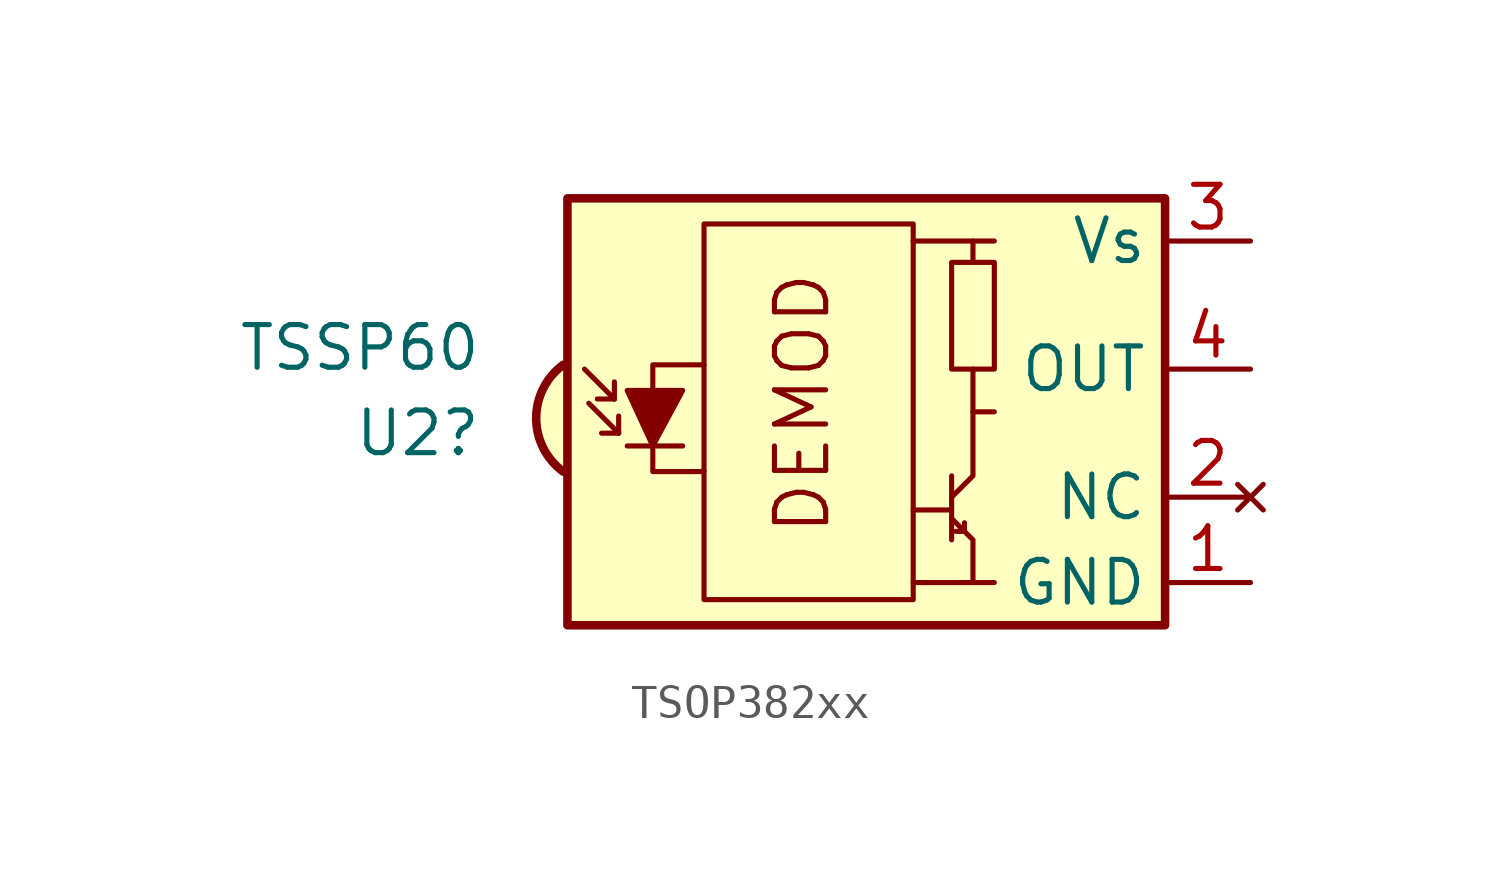
<source format=kicad_sym>
(kicad_symbol_lib
  (version 20220914)
  (generator kicad_symbol_editor)
  (symbol "TSOP382xx"
    (property "Reference" "U2"
      (at -12.7 -0.635 0)
      (effects (font (size 1.27 1.27)) (justify right)))
    (property "Value" "TSSP60"
      (at -12.7 1.905 0)
      (effects (font (size 1.27 1.27)) (justify right)))
    (symbol "TSOP382xx_0_0"
      (arc (start -10.287 1.397) (mid -11.0899 -0.1852) (end -10.287 -1.778) (stroke (width 0.254) (type default)) (fill (type background)))
      (polyline (pts (xy 1.905 -5.08) (xy 0.127 -5.08)) (stroke (width 0) (type default)) (fill (type none)))
      (polyline (pts (xy 1.905 5.08) (xy 0.127 5.08)) (stroke (width 0) (type default)) (fill (type none)))
      (text "DEMOD" (at -3.175 0.254 900) (effects (font (size 1.524 1.524)))))
    (symbol "TSOP382xx_0_1"
      (rectangle (start -10.16 6.35) (end 7.62 -6.35) (stroke (width 0.254) (type default)) (fill (type background)))
      (rectangle (start -6.096 5.588) (end 0.127 -5.588) (stroke (width 0) (type default)) (fill (type none)))
      (polyline (pts (xy -8.763 0.381) (xy -9.652 1.27)) (stroke (width 0) (type default)) (fill (type none)))
      (polyline (pts (xy -8.763 0.381) (xy -9.271 0.381)) (stroke (width 0) (type default)) (fill (type none)))
      (polyline (pts (xy -8.763 0.381) (xy -8.763 0.889)) (stroke (width 0) (type default)) (fill (type none)))
      (polyline (pts (xy -8.636 -0.635) (xy -9.525 0.254)) (stroke (width 0) (type default)) (fill (type none)))
      (polyline (pts (xy -8.636 -0.635) (xy -9.144 -0.635)) (stroke (width 0) (type default)) (fill (type none)))
      (polyline (pts (xy -8.636 -0.635) (xy -8.636 -0.127)) (stroke (width 0) (type default)) (fill (type none)))
      (polyline (pts (xy -8.382 -1.016) (xy -6.731 -1.016)) (stroke (width 0) (type default)) (fill (type none)))
      (polyline (pts (xy 1.27 -2.921) (xy 0.127 -2.921)) (stroke (width 0) (type default)) (fill (type none)))
      (polyline (pts (xy 1.27 -1.905) (xy 1.27 -3.81)) (stroke (width 0) (type default)) (fill (type none)))
      (polyline (pts (xy 1.397 -3.556) (xy 1.524 -3.556)) (stroke (width 0) (type default)) (fill (type none)))
      (polyline (pts (xy 1.651 -3.556) (xy 1.524 -3.556)) (stroke (width 0) (type default)) (fill (type none)))
      (polyline (pts (xy 1.651 -3.556) (xy 1.651 -3.302)) (stroke (width 0) (type default)) (fill (type none)))
      (polyline (pts (xy 1.905 0) (xy 1.905 1.27)) (stroke (width 0) (type default)) (fill (type none)))
      (polyline (pts (xy 1.905 4.445) (xy 1.905 5.08) (xy 2.54 5.08)) (stroke (width 0) (type default)) (fill (type none)))
      (polyline (pts (xy -8.382 0.635) (xy -6.731 0.635) (xy -7.62 -1.016) (xy -8.382 0.635)) (stroke (width 0) (type default)) (fill (type outline)))
      (polyline (pts (xy -6.096 1.397) (xy -7.62 1.397) (xy -7.62 -1.778) (xy -6.096 -1.778)) (stroke (width 0) (type default)) (fill (type none)))
      (polyline (pts (xy 1.27 -3.175) (xy 1.905 -3.81) (xy 1.905 -5.08) (xy 2.54 -5.08)) (stroke (width 0) (type default)) (fill (type none)))
      (polyline (pts (xy 1.27 -2.54) (xy 1.905 -1.905) (xy 1.905 0) (xy 2.54 0)) (stroke (width 0) (type default)) (fill (type none)))
      (rectangle (start 2.54 1.27) (end 1.27 4.445) (stroke (width 0) (type default)) (fill (type none))))
    (symbol "TSOP382xx_1_1"
      (pin power_in line (at 10.16 -5.08 180) (length 2.54) (name "GND" (effects (font (size 1.27 1.27)))) (number "1" (effects (font (size 1.27 1.27)))))
      (pin no_connect line (at 10.16 -2.54 180) (length 2.54) (name "NC" (effects (font (size 1.27 1.27)))) (number "2" (effects (font (size 1.27 1.27)))))
      (pin power_in line (at 10.16 5.08 180) (length 2.54) (name "Vs" (effects (font (size 1.27 1.27)))) (number "3" (effects (font (size 1.27 1.27)))))
      (pin output line (at 10.16 1.27 180) (length 2.54) (name "OUT" (effects (font (size 1.27 1.27)))) (number "4" (effects (font (size 1.27 1.27))))))))
</source>
